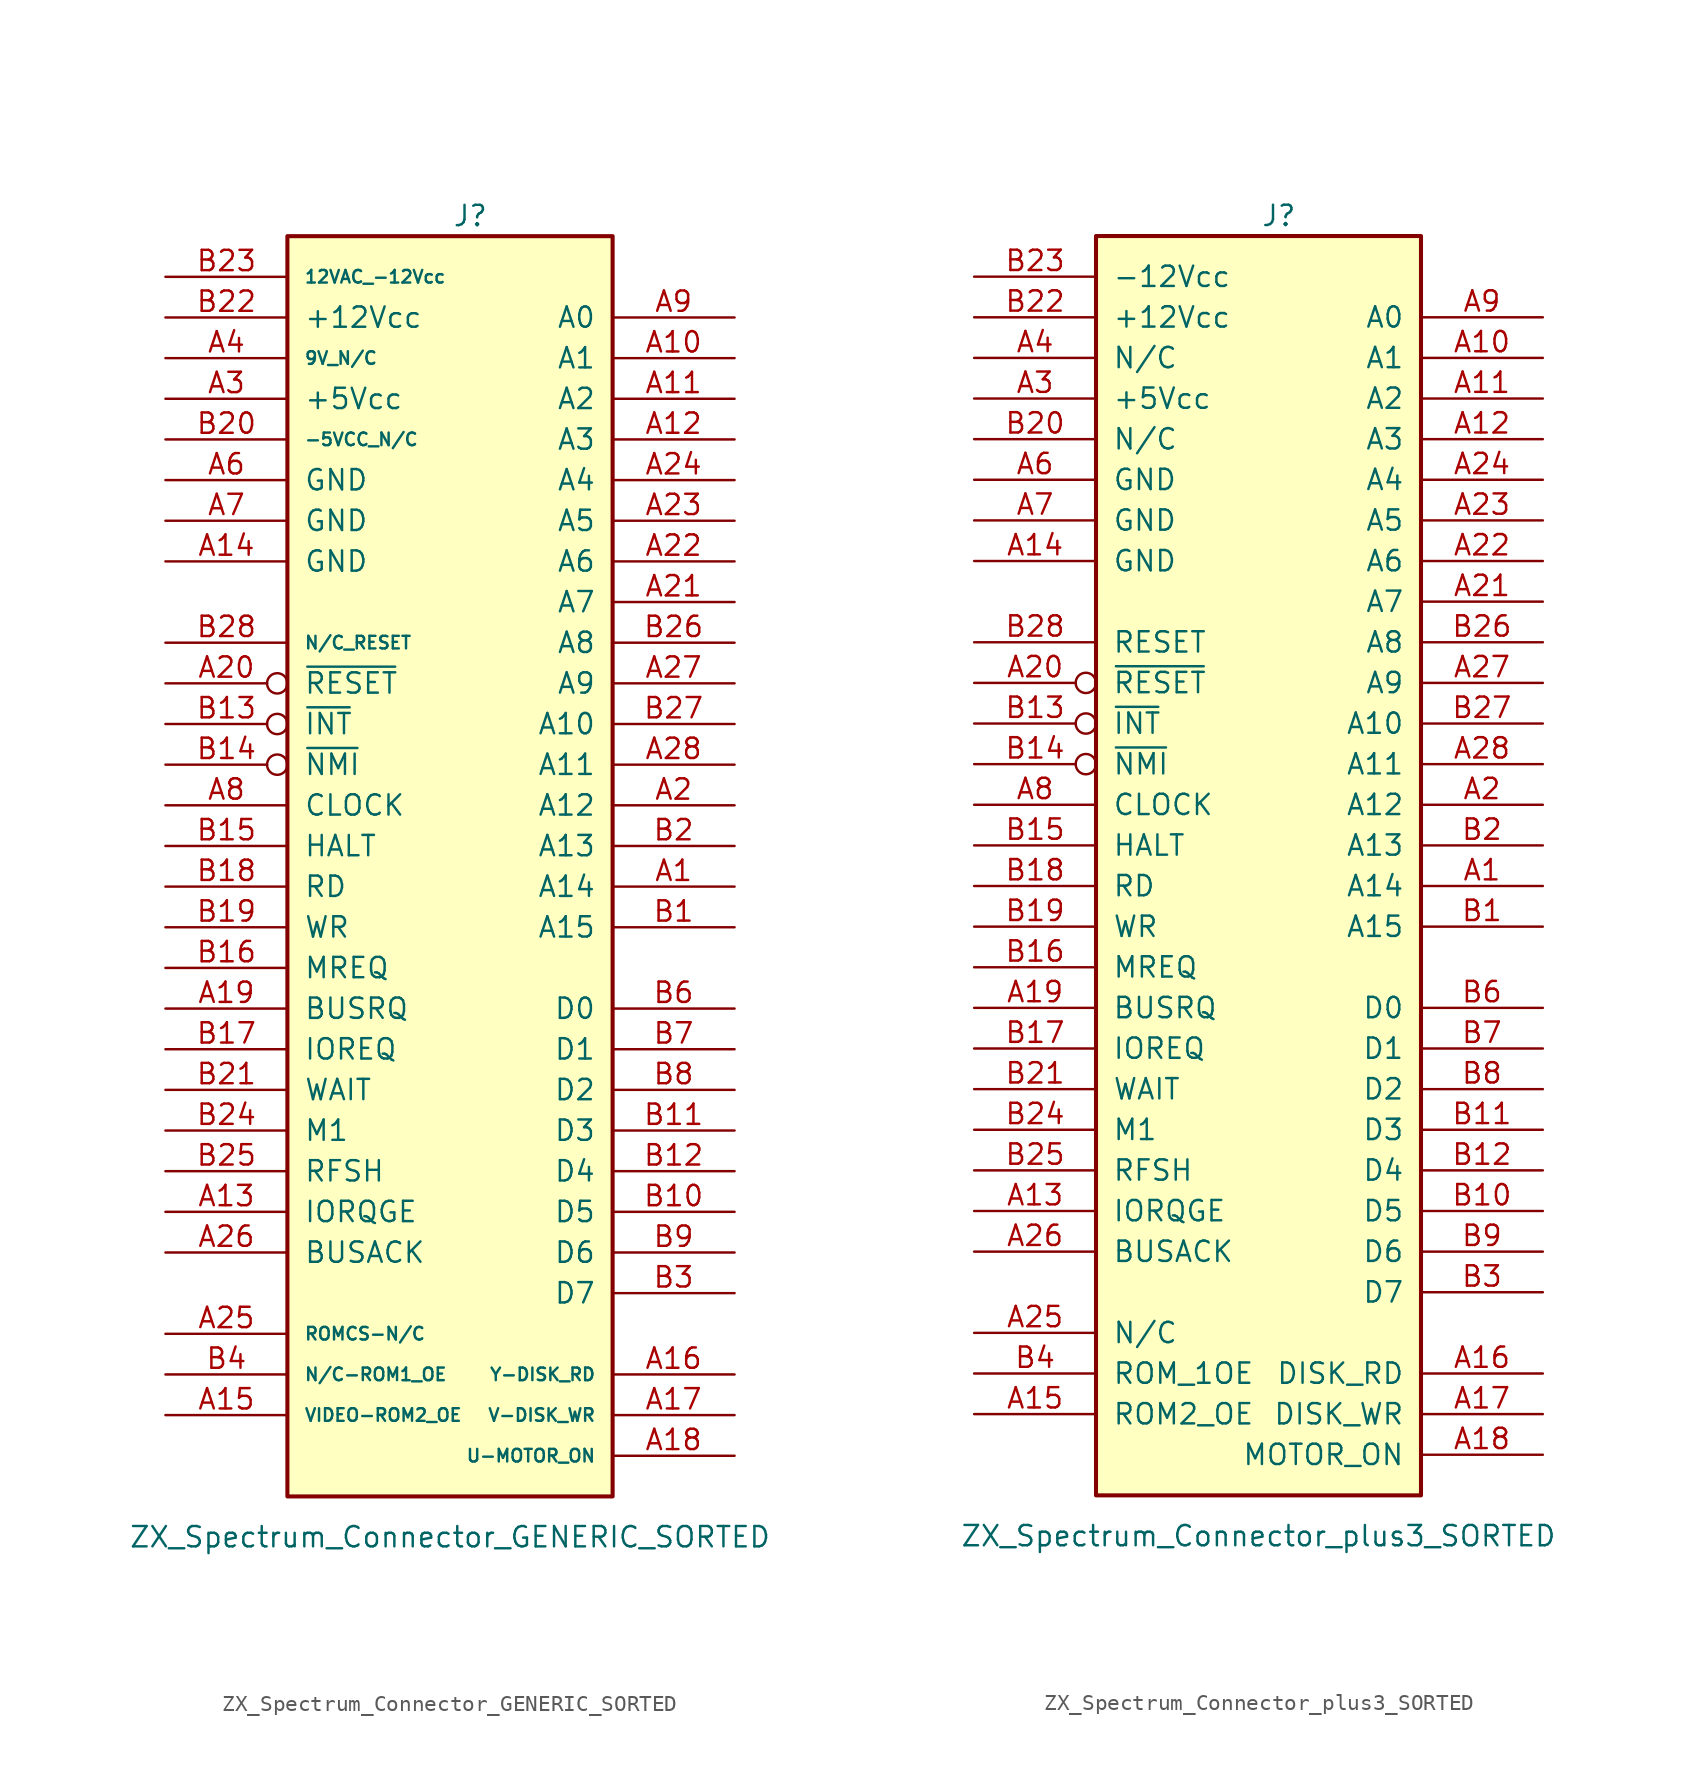
<source format=kicad_sym>
(kicad_symbol_lib
  (version 20241209)
  (generator "kicad_symbol_editor")
  (generator_version "9.0")
  (symbol "ZX_Spectrum_Connector_GENERIC_SORTED"
    (pin_names
      (offset 1.016))
    (property "Reference" "J"
      (at 1.27 35.56 0)
      (effects (font (size 1.27 1.27))))
    (property "Value" "ZX_Spectrum_Connector_GENERIC_SORTED"
      (at 0 -46.99 0)
      (effects (font (size 1.27 1.27))))
    (symbol "ZX_Spectrum_Connector_GENERIC_SORTED_1_1"
      (rectangle (start -10.16 34.29) (end 10.16 -44.45) (stroke (width 0.254) (type default)) (fill (type background)))
      (pin unspecified line (at -17.78 31.75 0) (length 7.62) (name "12VAC_-12Vcc" (effects (font (size 0.787 0.787)))) (number "B23" (effects (font (size 1.27 1.27)))))
      (pin unspecified line (at -17.78 29.21 0) (length 7.62) (name "+12Vcc" (effects (font (size 1.27 1.27)))) (number "B22" (effects (font (size 1.27 1.27)))))
      (pin unspecified line (at -17.78 26.67 0) (length 7.62) (name "9V_N/C" (effects (font (size 0.787 0.787)))) (number "A4" (effects (font (size 1.27 1.27)))))
      (pin unspecified line (at -17.78 24.13 0) (length 7.62) (name "+5Vcc" (effects (font (size 1.27 1.27)))) (number "A3" (effects (font (size 1.27 1.27)))))
      (pin unspecified line (at -17.78 21.59 0) (length 7.62) (name "-5VCC_N/C" (effects (font (size 0.787 0.787)))) (number "B20" (effects (font (size 1.27 1.27)))))
      (pin unspecified line (at -17.78 19.05 0) (length 7.62) (name "GND" (effects (font (size 1.27 1.27)))) (number "A6" (effects (font (size 1.27 1.27)))))
      (pin unspecified line (at -17.78 16.51 0) (length 7.62) (name "GND" (effects (font (size 1.27 1.27)))) (number "A7" (effects (font (size 1.27 1.27)))))
      (pin unspecified line (at -17.78 13.97 0) (length 7.62) (name "GND" (effects (font (size 1.27 1.27)))) (number "A14" (effects (font (size 1.27 1.27)))))
      (pin unspecified line (at -17.78 8.89 0) (length 7.62) (name "N/C_RESET" (effects (font (size 0.787 0.787)))) (number "B28" (effects (font (size 1.27 1.27)))))
      (pin bidirectional inverted (at -17.78 6.35 0) (length 7.62) (name "~{RESET}" (effects (font (size 1.27 1.27)))) (number "A20" (effects (font (size 1.27 1.27)))))
      (pin bidirectional inverted (at -17.78 3.81 0) (length 7.62) (name "~{INT}" (effects (font (size 1.27 1.27)))) (number "B13" (effects (font (size 1.27 1.27)))))
      (pin bidirectional inverted (at -17.78 1.27 0) (length 7.62) (name "~{NMI}" (effects (font (size 1.27 1.27)))) (number "B14" (effects (font (size 1.27 1.27)))))
      (pin bidirectional line (at -17.78 -1.27 0) (length 7.62) (name "CLOCK" (effects (font (size 1.27 1.27)))) (number "A8" (effects (font (size 1.27 1.27)))))
      (pin bidirectional line (at -17.78 -3.81 0) (length 7.62) (name "HALT" (effects (font (size 1.27 1.27)))) (number "B15" (effects (font (size 1.27 1.27)))))
      (pin bidirectional line (at -17.78 -6.35 0) (length 7.62) (name "RD" (effects (font (size 1.27 1.27)))) (number "B18" (effects (font (size 1.27 1.27)))))
      (pin bidirectional line (at -17.78 -8.89 0) (length 7.62) (name "WR" (effects (font (size 1.27 1.27)))) (number "B19" (effects (font (size 1.27 1.27)))))
      (pin bidirectional line (at -17.78 -11.43 0) (length 7.62) (name "MREQ" (effects (font (size 1.27 1.27)))) (number "B16" (effects (font (size 1.27 1.27)))))
      (pin bidirectional line (at -17.78 -13.97 0) (length 7.62) (name "BUSRQ" (effects (font (size 1.27 1.27)))) (number "A19" (effects (font (size 1.27 1.27)))))
      (pin bidirectional line (at -17.78 -16.51 0) (length 7.62) (name "IOREQ" (effects (font (size 1.27 1.27)))) (number "B17" (effects (font (size 1.27 1.27)))))
      (pin bidirectional line (at -17.78 -19.05 0) (length 7.62) (name "WAIT" (effects (font (size 1.27 1.27)))) (number "B21" (effects (font (size 1.27 1.27)))))
      (pin bidirectional line (at -17.78 -21.59 0) (length 7.62) (name "M1" (effects (font (size 1.27 1.27)))) (number "B24" (effects (font (size 1.27 1.27)))))
      (pin bidirectional line (at -17.78 -24.13 0) (length 7.62) (name "RFSH" (effects (font (size 1.27 1.27)))) (number "B25" (effects (font (size 1.27 1.27)))))
      (pin bidirectional line (at -17.78 -26.67 0) (length 7.62) (name "IORQGE" (effects (font (size 1.27 1.27)))) (number "A13" (effects (font (size 1.27 1.27)))))
      (pin bidirectional line (at -17.78 -29.21 0) (length 7.62) (name "BUSACK" (effects (font (size 1.27 1.27)))) (number "A26" (effects (font (size 1.27 1.27)))))
      (pin unspecified line (at -17.78 -34.29 0) (length 7.62) (name "ROMCS-N/C" (effects (font (size 0.787 0.787)))) (number "A25" (effects (font (size 1.27 1.27)))))
      (pin unspecified line (at -17.78 -36.83 0) (length 7.62) (name "N/C-ROM1_OE" (effects (font (size 0.787 0.787)))) (number "B4" (effects (font (size 1.27 1.27)))))
      (pin unspecified line (at -17.78 -39.37 0) (length 7.62) (name "VIDEO-ROM2_OE" (effects (font (size 0.787 0.787)))) (number "A15" (effects (font (size 1.27 1.27)))))
      (pin bidirectional line (at 17.78 29.21 180) (length 7.62) (name "A0" (effects (font (size 1.27 1.27)))) (number "A9" (effects (font (size 1.27 1.27)))))
      (pin bidirectional line (at 17.78 26.67 180) (length 7.62) (name "A1" (effects (font (size 1.27 1.27)))) (number "A10" (effects (font (size 1.27 1.27)))))
      (pin bidirectional line (at 17.78 24.13 180) (length 7.62) (name "A2" (effects (font (size 1.27 1.27)))) (number "A11" (effects (font (size 1.27 1.27)))))
      (pin bidirectional line (at 17.78 21.59 180) (length 7.62) (name "A3" (effects (font (size 1.27 1.27)))) (number "A12" (effects (font (size 1.27 1.27)))))
      (pin bidirectional line (at 17.78 19.05 180) (length 7.62) (name "A4" (effects (font (size 1.27 1.27)))) (number "A24" (effects (font (size 1.27 1.27)))))
      (pin bidirectional line (at 17.78 16.51 180) (length 7.62) (name "A5" (effects (font (size 1.27 1.27)))) (number "A23" (effects (font (size 1.27 1.27)))))
      (pin bidirectional line (at 17.78 13.97 180) (length 7.62) (name "A6" (effects (font (size 1.27 1.27)))) (number "A22" (effects (font (size 1.27 1.27)))))
      (pin bidirectional line (at 17.78 11.43 180) (length 7.62) (name "A7" (effects (font (size 1.27 1.27)))) (number "A21" (effects (font (size 1.27 1.27)))))
      (pin bidirectional line (at 17.78 8.89 180) (length 7.62) (name "A8" (effects (font (size 1.27 1.27)))) (number "B26" (effects (font (size 1.27 1.27)))))
      (pin bidirectional line (at 17.78 6.35 180) (length 7.62) (name "A9" (effects (font (size 1.27 1.27)))) (number "A27" (effects (font (size 1.27 1.27)))))
      (pin bidirectional line (at 17.78 3.81 180) (length 7.62) (name "A10" (effects (font (size 1.27 1.27)))) (number "B27" (effects (font (size 1.27 1.27)))))
      (pin bidirectional line (at 17.78 1.27 180) (length 7.62) (name "A11" (effects (font (size 1.27 1.27)))) (number "A28" (effects (font (size 1.27 1.27)))))
      (pin bidirectional line (at 17.78 -1.27 180) (length 7.62) (name "A12" (effects (font (size 1.27 1.27)))) (number "A2" (effects (font (size 1.27 1.27)))))
      (pin bidirectional line (at 17.78 -3.81 180) (length 7.62) (name "A13" (effects (font (size 1.27 1.27)))) (number "B2" (effects (font (size 1.27 1.27)))))
      (pin bidirectional line (at 17.78 -6.35 180) (length 7.62) (name "A14" (effects (font (size 1.27 1.27)))) (number "A1" (effects (font (size 1.27 1.27)))))
      (pin bidirectional line (at 17.78 -8.89 180) (length 7.62) (name "A15" (effects (font (size 1.27 1.27)))) (number "B1" (effects (font (size 1.27 1.27)))))
      (pin bidirectional line (at 17.78 -13.97 180) (length 7.62) (name "D0" (effects (font (size 1.27 1.27)))) (number "B6" (effects (font (size 1.27 1.27)))))
      (pin bidirectional line (at 17.78 -16.51 180) (length 7.62) (name "D1" (effects (font (size 1.27 1.27)))) (number "B7" (effects (font (size 1.27 1.27)))))
      (pin bidirectional line (at 17.78 -19.05 180) (length 7.62) (name "D2" (effects (font (size 1.27 1.27)))) (number "B8" (effects (font (size 1.27 1.27)))))
      (pin bidirectional line (at 17.78 -21.59 180) (length 7.62) (name "D3" (effects (font (size 1.27 1.27)))) (number "B11" (effects (font (size 1.27 1.27)))))
      (pin bidirectional line (at 17.78 -24.13 180) (length 7.62) (name "D4" (effects (font (size 1.27 1.27)))) (number "B12" (effects (font (size 1.27 1.27)))))
      (pin bidirectional line (at 17.78 -26.67 180) (length 7.62) (name "D5" (effects (font (size 1.27 1.27)))) (number "B10" (effects (font (size 1.27 1.27)))))
      (pin bidirectional line (at 17.78 -29.21 180) (length 7.62) (name "D6" (effects (font (size 1.27 1.27)))) (number "B9" (effects (font (size 1.27 1.27)))))
      (pin bidirectional line (at 17.78 -31.75 180) (length 7.62) (name "D7" (effects (font (size 1.27 1.27)))) (number "B3" (effects (font (size 1.27 1.27)))))
      (pin unspecified line (at 17.78 -36.83 180) (length 7.62) (name "Y-DISK_RD" (effects (font (size 0.787 0.787)))) (number "A16" (effects (font (size 1.27 1.27)))))
      (pin unspecified line (at 17.78 -39.37 180) (length 7.62) (name "V-DISK_WR" (effects (font (size 0.787 0.787)))) (number "A17" (effects (font (size 1.27 1.27)))))
      (pin unspecified line (at 17.78 -41.91 180) (length 7.62) (name "U-MOTOR_ON" (effects (font (size 0.787 0.787)))) (number "A18" (effects (font (size 1.27 1.27)))))))
  (symbol "ZX_Spectrum_Connector_plus3_SORTED"
    (pin_names
      (offset 1.016))
    (property "Reference" "J"
      (at 1.27 35.56 0)
      (effects (font (size 1.27 1.27))))
    (property "Value" "ZX_Spectrum_Connector_plus3_SORTED"
      (at 0 -46.99 0)
      (effects (font (size 1.27 1.27))))
    (symbol "ZX_Spectrum_Connector_plus3_SORTED_1_1"
      (rectangle (start -10.16 34.29) (end 10.16 -44.45) (stroke (width 0.254) (type default)) (fill (type background)))
      (pin bidirectional line (at -17.78 31.75 0) (length 7.62) (name "-12Vcc" (effects (font (size 1.27 1.27)))) (number "B23" (effects (font (size 1.27 1.27)))))
      (pin bidirectional line (at -17.78 29.21 0) (length 7.62) (name "+12Vcc" (effects (font (size 1.27 1.27)))) (number "B22" (effects (font (size 1.27 1.27)))))
      (pin unspecified line (at -17.78 26.67 0) (length 7.62) (name "N/C" (effects (font (size 1.27 1.27)))) (number "A4" (effects (font (size 1.27 1.27)))))
      (pin bidirectional line (at -17.78 24.13 0) (length 7.62) (name "+5Vcc" (effects (font (size 1.27 1.27)))) (number "A3" (effects (font (size 1.27 1.27)))))
      (pin unspecified line (at -17.78 21.59 0) (length 7.62) (name "N/C" (effects (font (size 1.27 1.27)))) (number "B20" (effects (font (size 1.27 1.27)))))
      (pin bidirectional line (at -17.78 19.05 0) (length 7.62) (name "GND" (effects (font (size 1.27 1.27)))) (number "A6" (effects (font (size 1.27 1.27)))))
      (pin bidirectional line (at -17.78 16.51 0) (length 7.62) (name "GND" (effects (font (size 1.27 1.27)))) (number "A7" (effects (font (size 1.27 1.27)))))
      (pin bidirectional line (at -17.78 13.97 0) (length 7.62) (name "GND" (effects (font (size 1.27 1.27)))) (number "A14" (effects (font (size 1.27 1.27)))))
      (pin bidirectional line (at -17.78 8.89 0) (length 7.62) (name "RESET" (effects (font (size 1.27 1.27)))) (number "B28" (effects (font (size 1.27 1.27)))))
      (pin bidirectional inverted (at -17.78 6.35 0) (length 7.62) (name "~{RESET}" (effects (font (size 1.27 1.27)))) (number "A20" (effects (font (size 1.27 1.27)))))
      (pin bidirectional inverted (at -17.78 3.81 0) (length 7.62) (name "~{INT}" (effects (font (size 1.27 1.27)))) (number "B13" (effects (font (size 1.27 1.27)))))
      (pin bidirectional inverted (at -17.78 1.27 0) (length 7.62) (name "~{NMI}" (effects (font (size 1.27 1.27)))) (number "B14" (effects (font (size 1.27 1.27)))))
      (pin bidirectional line (at -17.78 -1.27 0) (length 7.62) (name "CLOCK" (effects (font (size 1.27 1.27)))) (number "A8" (effects (font (size 1.27 1.27)))))
      (pin bidirectional line (at -17.78 -3.81 0) (length 7.62) (name "HALT" (effects (font (size 1.27 1.27)))) (number "B15" (effects (font (size 1.27 1.27)))))
      (pin bidirectional line (at -17.78 -6.35 0) (length 7.62) (name "RD" (effects (font (size 1.27 1.27)))) (number "B18" (effects (font (size 1.27 1.27)))))
      (pin bidirectional line (at -17.78 -8.89 0) (length 7.62) (name "WR" (effects (font (size 1.27 1.27)))) (number "B19" (effects (font (size 1.27 1.27)))))
      (pin bidirectional line (at -17.78 -11.43 0) (length 7.62) (name "MREQ" (effects (font (size 1.27 1.27)))) (number "B16" (effects (font (size 1.27 1.27)))))
      (pin bidirectional line (at -17.78 -13.97 0) (length 7.62) (name "BUSRQ" (effects (font (size 1.27 1.27)))) (number "A19" (effects (font (size 1.27 1.27)))))
      (pin bidirectional line (at -17.78 -16.51 0) (length 7.62) (name "IOREQ" (effects (font (size 1.27 1.27)))) (number "B17" (effects (font (size 1.27 1.27)))))
      (pin bidirectional line (at -17.78 -19.05 0) (length 7.62) (name "WAIT" (effects (font (size 1.27 1.27)))) (number "B21" (effects (font (size 1.27 1.27)))))
      (pin bidirectional line (at -17.78 -21.59 0) (length 7.62) (name "M1" (effects (font (size 1.27 1.27)))) (number "B24" (effects (font (size 1.27 1.27)))))
      (pin bidirectional line (at -17.78 -24.13 0) (length 7.62) (name "RFSH" (effects (font (size 1.27 1.27)))) (number "B25" (effects (font (size 1.27 1.27)))))
      (pin bidirectional line (at -17.78 -26.67 0) (length 7.62) (name "IORQGE" (effects (font (size 1.27 1.27)))) (number "A13" (effects (font (size 1.27 1.27)))))
      (pin bidirectional line (at -17.78 -29.21 0) (length 7.62) (name "BUSACK" (effects (font (size 1.27 1.27)))) (number "A26" (effects (font (size 1.27 1.27)))))
      (pin unspecified line (at -17.78 -34.29 0) (length 7.62) (name "N/C" (effects (font (size 1.27 1.27)))) (number "A25" (effects (font (size 1.27 1.27)))))
      (pin unspecified line (at -17.78 -36.83 0) (length 7.62) (name "ROM_1OE" (effects (font (size 1.27 1.27)))) (number "B4" (effects (font (size 1.27 1.27)))))
      (pin bidirectional line (at -17.78 -39.37 0) (length 7.62) (name "ROM2_OE" (effects (font (size 1.27 1.27)))) (number "A15" (effects (font (size 1.27 1.27)))))
      (pin bidirectional line (at 17.78 29.21 180) (length 7.62) (name "A0" (effects (font (size 1.27 1.27)))) (number "A9" (effects (font (size 1.27 1.27)))))
      (pin bidirectional line (at 17.78 26.67 180) (length 7.62) (name "A1" (effects (font (size 1.27 1.27)))) (number "A10" (effects (font (size 1.27 1.27)))))
      (pin bidirectional line (at 17.78 24.13 180) (length 7.62) (name "A2" (effects (font (size 1.27 1.27)))) (number "A11" (effects (font (size 1.27 1.27)))))
      (pin bidirectional line (at 17.78 21.59 180) (length 7.62) (name "A3" (effects (font (size 1.27 1.27)))) (number "A12" (effects (font (size 1.27 1.27)))))
      (pin bidirectional line (at 17.78 19.05 180) (length 7.62) (name "A4" (effects (font (size 1.27 1.27)))) (number "A24" (effects (font (size 1.27 1.27)))))
      (pin bidirectional line (at 17.78 16.51 180) (length 7.62) (name "A5" (effects (font (size 1.27 1.27)))) (number "A23" (effects (font (size 1.27 1.27)))))
      (pin bidirectional line (at 17.78 13.97 180) (length 7.62) (name "A6" (effects (font (size 1.27 1.27)))) (number "A22" (effects (font (size 1.27 1.27)))))
      (pin bidirectional line (at 17.78 11.43 180) (length 7.62) (name "A7" (effects (font (size 1.27 1.27)))) (number "A21" (effects (font (size 1.27 1.27)))))
      (pin bidirectional line (at 17.78 8.89 180) (length 7.62) (name "A8" (effects (font (size 1.27 1.27)))) (number "B26" (effects (font (size 1.27 1.27)))))
      (pin bidirectional line (at 17.78 6.35 180) (length 7.62) (name "A9" (effects (font (size 1.27 1.27)))) (number "A27" (effects (font (size 1.27 1.27)))))
      (pin bidirectional line (at 17.78 3.81 180) (length 7.62) (name "A10" (effects (font (size 1.27 1.27)))) (number "B27" (effects (font (size 1.27 1.27)))))
      (pin bidirectional line (at 17.78 1.27 180) (length 7.62) (name "A11" (effects (font (size 1.27 1.27)))) (number "A28" (effects (font (size 1.27 1.27)))))
      (pin bidirectional line (at 17.78 -1.27 180) (length 7.62) (name "A12" (effects (font (size 1.27 1.27)))) (number "A2" (effects (font (size 1.27 1.27)))))
      (pin bidirectional line (at 17.78 -3.81 180) (length 7.62) (name "A13" (effects (font (size 1.27 1.27)))) (number "B2" (effects (font (size 1.27 1.27)))))
      (pin bidirectional line (at 17.78 -6.35 180) (length 7.62) (name "A14" (effects (font (size 1.27 1.27)))) (number "A1" (effects (font (size 1.27 1.27)))))
      (pin bidirectional line (at 17.78 -8.89 180) (length 7.62) (name "A15" (effects (font (size 1.27 1.27)))) (number "B1" (effects (font (size 1.27 1.27)))))
      (pin bidirectional line (at 17.78 -13.97 180) (length 7.62) (name "D0" (effects (font (size 1.27 1.27)))) (number "B6" (effects (font (size 1.27 1.27)))))
      (pin bidirectional line (at 17.78 -16.51 180) (length 7.62) (name "D1" (effects (font (size 1.27 1.27)))) (number "B7" (effects (font (size 1.27 1.27)))))
      (pin bidirectional line (at 17.78 -19.05 180) (length 7.62) (name "D2" (effects (font (size 1.27 1.27)))) (number "B8" (effects (font (size 1.27 1.27)))))
      (pin bidirectional line (at 17.78 -21.59 180) (length 7.62) (name "D3" (effects (font (size 1.27 1.27)))) (number "B11" (effects (font (size 1.27 1.27)))))
      (pin bidirectional line (at 17.78 -24.13 180) (length 7.62) (name "D4" (effects (font (size 1.27 1.27)))) (number "B12" (effects (font (size 1.27 1.27)))))
      (pin bidirectional line (at 17.78 -26.67 180) (length 7.62) (name "D5" (effects (font (size 1.27 1.27)))) (number "B10" (effects (font (size 1.27 1.27)))))
      (pin bidirectional line (at 17.78 -29.21 180) (length 7.62) (name "D6" (effects (font (size 1.27 1.27)))) (number "B9" (effects (font (size 1.27 1.27)))))
      (pin bidirectional line (at 17.78 -31.75 180) (length 7.62) (name "D7" (effects (font (size 1.27 1.27)))) (number "B3" (effects (font (size 1.27 1.27)))))
      (pin unspecified line (at 17.78 -36.83 180) (length 7.62) (name "DISK_RD" (effects (font (size 1.27 1.27)))) (number "A16" (effects (font (size 1.27 1.27)))))
      (pin bidirectional line (at 17.78 -39.37 180) (length 7.62) (name "DISK_WR" (effects (font (size 1.27 1.27)))) (number "A17" (effects (font (size 1.27 1.27)))))
      (pin bidirectional line (at 17.78 -41.91 180) (length 7.62) (name "MOTOR_ON" (effects (font (size 1.27 1.27)))) (number "A18" (effects (font (size 1.27 1.27))))))))
</source>
